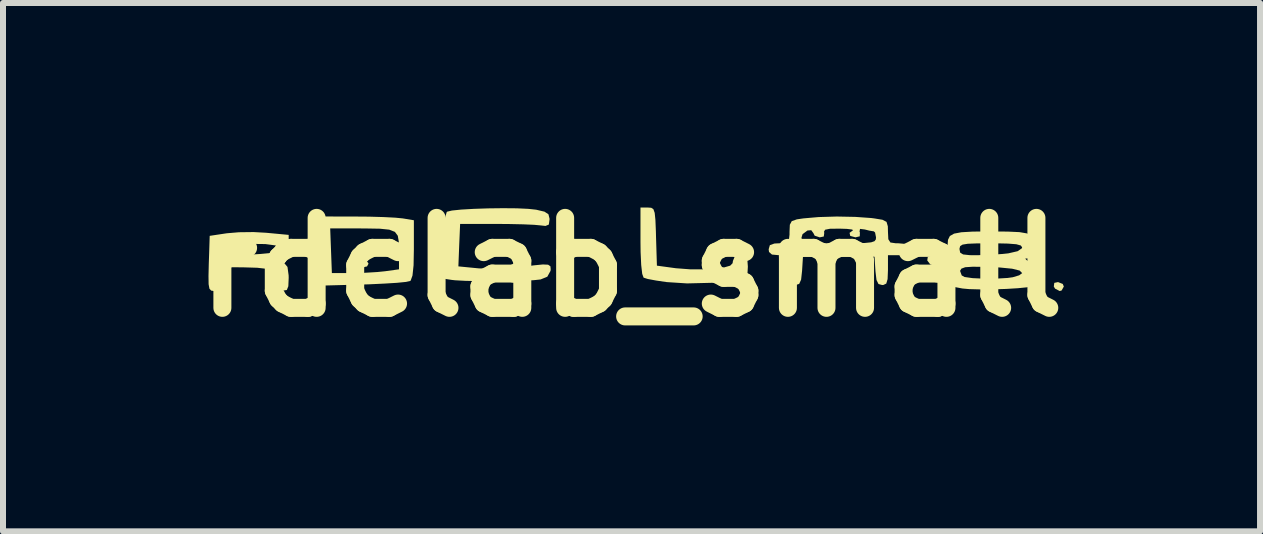
<source format=kicad_pcb>
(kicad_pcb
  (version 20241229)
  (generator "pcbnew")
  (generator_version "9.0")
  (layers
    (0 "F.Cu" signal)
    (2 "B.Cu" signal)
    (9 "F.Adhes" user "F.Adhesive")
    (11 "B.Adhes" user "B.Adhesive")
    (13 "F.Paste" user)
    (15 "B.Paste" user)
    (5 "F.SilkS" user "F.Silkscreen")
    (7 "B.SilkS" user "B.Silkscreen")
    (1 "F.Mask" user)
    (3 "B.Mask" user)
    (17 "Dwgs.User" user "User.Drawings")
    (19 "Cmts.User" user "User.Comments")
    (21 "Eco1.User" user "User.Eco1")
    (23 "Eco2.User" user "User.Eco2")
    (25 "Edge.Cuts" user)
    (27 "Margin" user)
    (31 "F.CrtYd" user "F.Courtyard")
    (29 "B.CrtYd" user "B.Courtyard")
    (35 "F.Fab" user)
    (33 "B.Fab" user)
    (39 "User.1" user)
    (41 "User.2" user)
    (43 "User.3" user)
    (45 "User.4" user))
  (footprint "rdclab_small"
    (layer "F.Cu")
    (at 7.479 1.404)
    (property "Reference" "rdclab_small" (at 0 0 0) (layer "F.SilkS") (effects (font (size 1.5 1.5) (thickness 0.3))))
    (attr board_only exclude_from_pos_files exclude_from_bom)
    (fp_poly (pts (xy -4.398 -0.081) (xy -4.385 -0.058) (xy -4.41 -0.012) (xy -4.469 0) (xy -4.552 -0.028) (xy -4.573 -0.07) (xy -4.538 -0.12) (xy -4.464 -0.122)) (stroke (width 0) (type solid)) (fill yes) (layer "F.SilkS"))
    (fp_poly (pts (xy 7.189 0.28) (xy 7.207 0.323) (xy 7.17 0.389) (xy 7.138 0.398) (xy 7.061 0.358) (xy 7.04 0.323) (xy 7.048 0.262) (xy 7.11 0.249)) (stroke (width 0) (type solid)) (fill yes) (layer "F.SilkS"))
    (fp_poly (pts (xy 0.328 -0.99) (xy 0.364 -0.967) (xy 0.386 -0.905) (xy 0.398 -0.787) (xy 0.406 -0.594) (xy 0.408 -0.509) (xy 0.423 -0.025) (xy 0.739 0.018) (xy 0.976 0.036) (xy 1.235 0.036) (xy 1.373 0.026) (xy 1.548 0.003) (xy 1.645 -0.025) (xy 1.685 -0.066) (xy 1.69 -0.103) (xy 1.721 -0.179) (xy 1.814 -0.199) (xy 1.895 -0.188) (xy 1.93 -0.135) (xy 1.939 -0.014) (xy 1.939 -0.004) (xy 1.932 0.122) (xy 1.893 0.183) (xy 1.794 0.211) (xy 1.752 0.218) (xy 1.337 0.261) (xy 0.925 0.271) (xy 0.586 0.249) (xy 0.409 0.223) (xy 0.27 0.197) (xy 0.201 0.175) (xy 0.178 0.112) (xy 0.161 -0.036) (xy 0.151 -0.254) (xy 0.149 -0.425) (xy 0.149 -0.994) (xy 0.272 -0.994)) (stroke (width 0) (type solid)) (fill yes) (layer "F.SilkS"))
    (fp_poly (pts (xy -4.635 -0.844) (xy -4.375 -0.842) (xy -4.134 -0.835) (xy -3.939 -0.825) (xy -3.816 -0.813) (xy -3.815 -0.813) (xy -3.629 -0.782) (xy -3.629 -0.295) (xy -3.634 -0.031) (xy -3.652 0.139) (xy -3.682 0.223) (xy -3.691 0.231) (xy -3.76 0.246) (xy -3.91 0.261) (xy -4.121 0.274) (xy -4.375 0.286) (xy -4.511 0.29) (xy -5.269 0.31) (xy -5.269 -0.267) (xy -5.269 -0.646) (xy -5.024 -0.646) (xy -5.01 -0.273) (xy -4.996 0.099) (xy -4.667 0.099) (xy -4.451 0.094) (xy -4.235 0.081) (xy -4.108 0.068) (xy -3.877 0.036) (xy -3.877 -0.274) (xy -3.88 -0.422) (xy -3.897 -0.523) (xy -3.945 -0.588) (xy -4.039 -0.625) (xy -4.195 -0.641) (xy -4.428 -0.645) (xy -4.563 -0.646) (xy -5.024 -0.646) (xy -5.269 -0.646) (xy -5.269 -0.845)) (stroke (width 0) (type solid)) (fill yes) (layer "F.SilkS"))
    (fp_poly (pts (xy -1.912 -0.981) (xy -1.72 -0.972) (xy -1.591 -0.958) (xy -1.451 -0.925) (xy -1.385 -0.881) (xy -1.367 -0.808) (xy -1.367 -0.794) (xy -1.379 -0.71) (xy -1.435 -0.687) (xy -1.516 -0.696) (xy -1.624 -0.706) (xy -1.806 -0.714) (xy -2.034 -0.719) (xy -2.262 -0.721) (xy -2.858 -0.721) (xy -2.873 -0.367) (xy -2.887 -0.013) (xy -2.55 0.02) (xy -2.31 0.03) (xy -2.042 0.021) (xy -1.864 0.003) (xy -1.63 -0.03) (xy -1.478 -0.045) (xy -1.391 -0.041) (xy -1.353 -0.015) (xy -1.348 0.033) (xy -1.351 0.062) (xy -1.404 0.159) (xy -1.516 0.205) (xy -1.627 0.217) (xy -1.812 0.227) (xy -2.044 0.232) (xy -2.299 0.235) (xy -2.55 0.233) (xy -2.772 0.228) (xy -2.939 0.219) (xy -2.995 0.213) (xy -3.132 0.192) (xy -3.132 -0.348) (xy -3.126 -0.633) (xy -3.109 -0.823) (xy -3.082 -0.917) (xy -3.074 -0.925) (xy -2.995 -0.944) (xy -2.839 -0.96) (xy -2.63 -0.972) (xy -2.391 -0.98) (xy -2.144 -0.983)) (stroke (width 0) (type solid)) (fill yes) (layer "F.SilkS"))
    (fp_poly (pts (xy -6.088 -0.573) (xy -5.716 -0.538) (xy -5.716 -0.323) (xy -5.73 -0.177) (xy -5.766 -0.092) (xy -5.778 -0.083) (xy -5.815 -0.06) (xy -5.778 -0.054) (xy -5.736 -0.003) (xy -5.717 0.136) (xy -5.716 0.178) (xy -5.722 0.318) (xy -5.747 0.381) (xy -5.799 0.389) (xy -5.803 0.388) (xy -5.875 0.328) (xy -5.892 0.227) (xy -5.907 0.132) (xy -5.96 0.068) (xy -6.065 0.03) (xy -6.24 0.01) (xy -6.474 0.003) (xy -6.859 0) (xy -6.859 0.199) (xy -6.868 0.329) (xy -6.901 0.386) (xy -6.961 0.398) (xy -7.008 0.391) (xy -7.037 0.36) (xy -7.051 0.285) (xy -7.053 0.148) (xy -7.048 -0.062) (xy -7.042 -0.237) (xy -6.853 -0.237) (xy -6.825 -0.211) (xy -6.751 -0.199) (xy -6.613 -0.199) (xy -6.394 -0.207) (xy -6.185 -0.22) (xy -6.015 -0.236) (xy -5.907 -0.254) (xy -5.883 -0.264) (xy -5.865 -0.322) (xy -5.941 -0.363) (xy -6.105 -0.385) (xy -6.353 -0.388) (xy -6.391 -0.387) (xy -6.605 -0.378) (xy -6.739 -0.364) (xy -6.813 -0.34) (xy -6.845 -0.302) (xy -6.851 -0.28) (xy -6.853 -0.237) (xy -7.042 -0.237) (xy -7.033 -0.522) (xy -6.747 -0.565) (xy -6.544 -0.582) (xy -6.3 -0.585)) (stroke (width 0) (type solid)) (fill yes) (layer "F.SilkS"))
    (fp_poly (pts (xy 6.271 -0.593) (xy 6.468 -0.584) (xy 6.595 -0.562) (xy 6.668 -0.521) (xy 6.701 -0.458) (xy 6.71 -0.366) (xy 6.71 -0.342) (xy 6.7 -0.211) (xy 6.661 -0.155) (xy 6.623 -0.148) (xy 6.563 -0.142) (xy 6.589 -0.116) (xy 6.623 -0.095) (xy 6.678 -0.02) (xy 6.709 0.102) (xy 6.71 0.227) (xy 6.678 0.311) (xy 6.669 0.318) (xy 6.593 0.336) (xy 6.442 0.351) (xy 6.245 0.363) (xy 6.026 0.37) (xy 5.812 0.371) (xy 5.629 0.366) (xy 5.517 0.356) (xy 5.38 0.33) (xy 5.314 0.292) (xy 5.295 0.219) (xy 5.294 0.174) (xy 5.282 0.071) (xy 5.271 0.062) (xy 5.477 0.062) (xy 5.505 0.138) (xy 5.552 0.164) (xy 5.685 0.183) (xy 5.876 0.192) (xy 6.084 0.191) (xy 6.27 0.18) (xy 6.356 0.168) (xy 6.463 0.136) (xy 6.511 0.101) (xy 6.512 0.099) (xy 6.471 0.057) (xy 6.346 0.026) (xy 6.132 0.005) (xy 5.89 -0.005) (xy 5.687 -0.007) (xy 5.563 0.001) (xy 5.499 0.025) (xy 5.477 0.062) (xy 5.271 0.062) (xy 5.225 0.022) (xy 5.12 0) (xy 4.981 -0.045) (xy 4.93 -0.112) (xy 4.939 -0.171) (xy 5.01 -0.196) (xy 5.091 -0.199) (xy 5.21 -0.206) (xy 5.259 -0.247) (xy 5.264 -0.298) (xy 5.468 -0.298) (xy 5.479 -0.242) (xy 5.528 -0.212) (xy 5.637 -0.2) (xy 5.759 -0.199) (xy 5.971 -0.205) (xy 6.185 -0.22) (xy 6.281 -0.23) (xy 6.437 -0.266) (xy 6.508 -0.315) (xy 6.512 -0.33) (xy 6.49 -0.361) (xy 6.415 -0.382) (xy 6.273 -0.393) (xy 6.049 -0.398) (xy 5.99 -0.398) (xy 5.757 -0.396) (xy 5.606 -0.39) (xy 5.519 -0.376) (xy 5.479 -0.351) (xy 5.468 -0.311) (xy 5.468 -0.298) (xy 5.264 -0.298) (xy 5.269 -0.351) (xy 5.269 -0.367) (xy 5.276 -0.456) (xy 5.307 -0.519) (xy 5.377 -0.559) (xy 5.5 -0.582) (xy 5.693 -0.593) (xy 5.968 -0.595) (xy 5.99 -0.595)) (stroke (width 0) (type solid)) (fill yes) (layer "F.SilkS"))
    (fp_poly (pts (xy 3.73 -0.838) (xy 3.997 -0.819) (xy 4.044 -0.813) (xy 4.184 -0.79) (xy 4.251 -0.755) (xy 4.273 -0.681) (xy 4.275 -0.59) (xy 4.281 -0.465) (xy 4.316 -0.411) (xy 4.406 -0.398) (xy 4.449 -0.398) (xy 4.569 -0.387) (xy 4.617 -0.343) (xy 4.623 -0.298) (xy 4.603 -0.23) (xy 4.527 -0.202) (xy 4.449 -0.199) (xy 4.275 -0.199) (xy 4.275 0.05) (xy 4.269 0.199) (xy 4.247 0.274) (xy 4.198 0.297) (xy 4.178 0.298) (xy 4.117 0.281) (xy 4.084 0.214) (xy 4.067 0.073) (xy 4.066 0.062) (xy 4.051 -0.174) (xy 3.455 -0.174) (xy 2.858 -0.174) (xy 2.843 0.062) (xy 2.827 0.208) (xy 2.795 0.279) (xy 2.736 0.298) (xy 2.731 0.298) (xy 2.673 0.284) (xy 2.644 0.226) (xy 2.635 0.1) (xy 2.634 0.05) (xy 2.634 -0.199) (xy 2.46 -0.199) (xy 2.341 -0.21) (xy 2.292 -0.253) (xy 2.286 -0.298) (xy 2.306 -0.367) (xy 2.382 -0.394) (xy 2.46 -0.398) (xy 2.573 -0.404) (xy 2.622 -0.443) (xy 2.628 -0.491) (xy 2.833 -0.491) (xy 2.84 -0.452) (xy 2.872 -0.426) (xy 2.944 -0.41) (xy 3.074 -0.401) (xy 3.276 -0.398) (xy 3.455 -0.398) (xy 3.712 -0.399) (xy 3.887 -0.403) (xy 3.995 -0.414) (xy 4.051 -0.433) (xy 4.073 -0.463) (xy 4.076 -0.497) (xy 4.06 -0.578) (xy 4.039 -0.597) (xy 3.965 -0.609) (xy 3.889 -0.628) (xy 3.809 -0.638) (xy 3.801 -0.594) (xy 3.807 -0.578) (xy 3.805 -0.514) (xy 3.733 -0.497) (xy 3.646 -0.521) (xy 3.635 -0.572) (xy 3.691 -0.613) (xy 3.68 -0.627) (xy 3.591 -0.638) (xy 3.469 -0.642) (xy 3.307 -0.64) (xy 3.227 -0.624) (xy 3.208 -0.59) (xy 3.213 -0.572) (xy 3.205 -0.511) (xy 3.137 -0.497) (xy 3.053 -0.525) (xy 3.032 -0.567) (xy 2.996 -0.616) (xy 2.933 -0.611) (xy 2.851 -0.55) (xy 2.833 -0.491) (xy 2.628 -0.491) (xy 2.634 -0.543) (xy 2.634 -0.59) (xy 2.639 -0.707) (xy 2.671 -0.767) (xy 2.756 -0.797) (xy 2.865 -0.813) (xy 3.117 -0.835) (xy 3.421 -0.844)) (stroke (width 0) (type solid)) (fill yes) (layer "F.SilkS")))
  (gr_rect
    (start -3 -3)
    (end 17.957 5.808)
    (stroke (width 0.1) (type default))
    (fill no)
    (layer "Edge.Cuts")))
</source>
